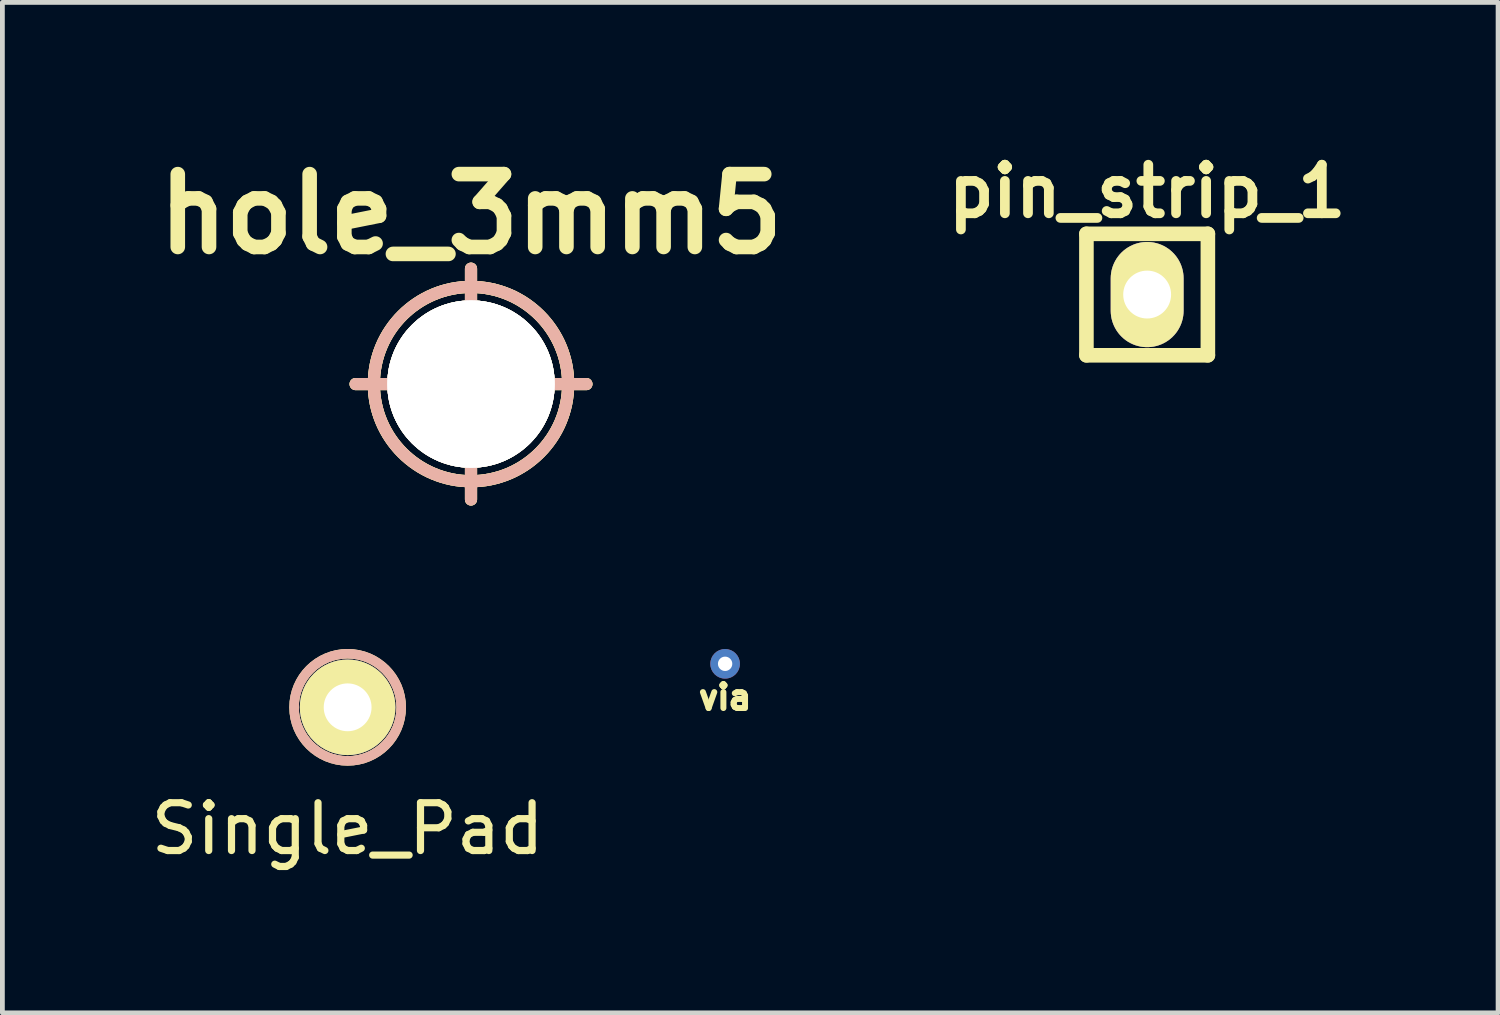
<source format=kicad_pcb>
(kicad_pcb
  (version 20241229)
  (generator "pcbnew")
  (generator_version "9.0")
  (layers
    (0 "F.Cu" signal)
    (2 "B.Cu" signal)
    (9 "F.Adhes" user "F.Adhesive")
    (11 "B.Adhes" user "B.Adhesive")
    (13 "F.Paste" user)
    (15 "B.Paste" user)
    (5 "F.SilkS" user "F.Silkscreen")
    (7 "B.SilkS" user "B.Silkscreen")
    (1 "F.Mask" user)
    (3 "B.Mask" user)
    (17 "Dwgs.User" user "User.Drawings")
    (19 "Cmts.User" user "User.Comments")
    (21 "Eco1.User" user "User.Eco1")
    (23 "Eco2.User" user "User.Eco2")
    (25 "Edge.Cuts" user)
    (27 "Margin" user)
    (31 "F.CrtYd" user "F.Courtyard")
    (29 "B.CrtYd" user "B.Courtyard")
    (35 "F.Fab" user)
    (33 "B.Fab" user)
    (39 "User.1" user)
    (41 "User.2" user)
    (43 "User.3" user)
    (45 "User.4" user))
  (footprint "Single_Pad"
    (layer "F.Cu")
    (at 4.22 11.742)
    (property "Reference" "Single_Pad" (at 0 2.54 0) (layer "F.SilkS") (effects (font (size 1 1) (thickness 0.15))))
    (attr through_hole)
    (fp_circle (center 0 0) (end 1.12 0) (stroke (width 0.2) (type solid)) (fill no) (layer "F.SilkS"))
    (fp_circle (center 0 0) (end 1.12 0) (stroke (width 0.2) (type solid)) (fill no) (layer "B.SilkS"))
    (pad "1" thru_hole circle (at 0 0) (size 2 2) (drill 1) (layers "*.Cu" "*.Mask" "F.SilkS")))
  (footprint "via"
    (layer "F.Cu")
    (at 12.114 10.832)
    (property "Reference" "via" (at 0 0.7 0) (layer "F.SilkS") (effects (font (size 0.5 0.5) (thickness 0.125))))
    (attr through_hole)
    (pad "" thru_hole circle (at 0 0) (size 0.62 0.62) (drill 0.3) (layers "*.Cu")))
  (footprint "pin_strip_1"
    (layer "F.Cu")
    (at 20.94 3.11)
    (property "Reference" "pin_strip_1" (at 0 -2.159 0) (layer "F.SilkS") (effects (font (size 1.016 1.016) (thickness 0.203))))
    (attr through_hole)
    (fp_line (start -1.27 -1.27) (end 1.27 -1.27) (stroke (width 0.305) (type solid)) (layer "F.SilkS"))
    (fp_line (start -1.27 1.27) (end -1.27 -1.27) (stroke (width 0.305) (type solid)) (layer "F.SilkS"))
    (fp_line (start 1.27 -1.27) (end 1.27 1.27) (stroke (width 0.305) (type solid)) (layer "F.SilkS"))
    (fp_line (start 1.27 1.27) (end -1.27 1.27) (stroke (width 0.305) (type solid)) (layer "F.SilkS"))
    (pad "1" thru_hole oval (at 0 0) (size 1.524 2.2) (drill 1.001) (layers "*.Cu" "*.Mask" "F.SilkS")))
  (footprint "hole_3mm5"
    (layer "F.Cu")
    (at 6.8 4.982)
    (property "Reference" "hole_3mm5" (at 0 -3.556 0) (layer "F.SilkS") (effects (font (size 1.524 1.524) (thickness 0.305))))
    (attr through_hole)
    (fp_line (start -2.413 0) (end 2.413 0) (stroke (width 0.254) (type solid)) (layer "F.SilkS"))
    (fp_line (start -2.413 0) (end 2.413 0) (stroke (width 0.254) (type solid)) (layer "F.SilkS"))
    (fp_line (start 0 -2.413) (end 0 2.413) (stroke (width 0.254) (type solid)) (layer "F.SilkS"))
    (fp_line (start 0 -2.413) (end 0 2.413) (stroke (width 0.254) (type solid)) (layer "F.SilkS"))
    (fp_circle (center 0 0) (end 2.032 0) (stroke (width 0.254) (type solid)) (fill no) (layer "F.SilkS"))
    (fp_circle (center 0 0) (end 2.032 0) (stroke (width 0.254) (type solid)) (fill no) (layer "F.SilkS"))
    (fp_line (start -2.413 0) (end 2.413 0) (stroke (width 0.254) (type solid)) (layer "B.SilkS"))
    (fp_line (start 0 -2.413) (end 0 2.413) (stroke (width 0.254) (type solid)) (layer "B.SilkS"))
    (fp_circle (center 0 0) (end 2.032 0) (stroke (width 0.254) (type solid)) (fill no) (layer "B.SilkS"))
    (pad "1" thru_hole circle (at 0 0) (size 3.5 3.5) (drill 3.5) (layers "*.Cu" "F.SilkS"))
    (pad "1" thru_hole circle (at 0 0) (size 3.5 3.5) (drill 3.5) (layers "*.Cu" "F.SilkS")))
  (gr_rect
    (start -3 -3)
    (end 28.279 18.131)
    (stroke (width 0.1) (type default))
    (fill no)
    (layer "Edge.Cuts")))
</source>
